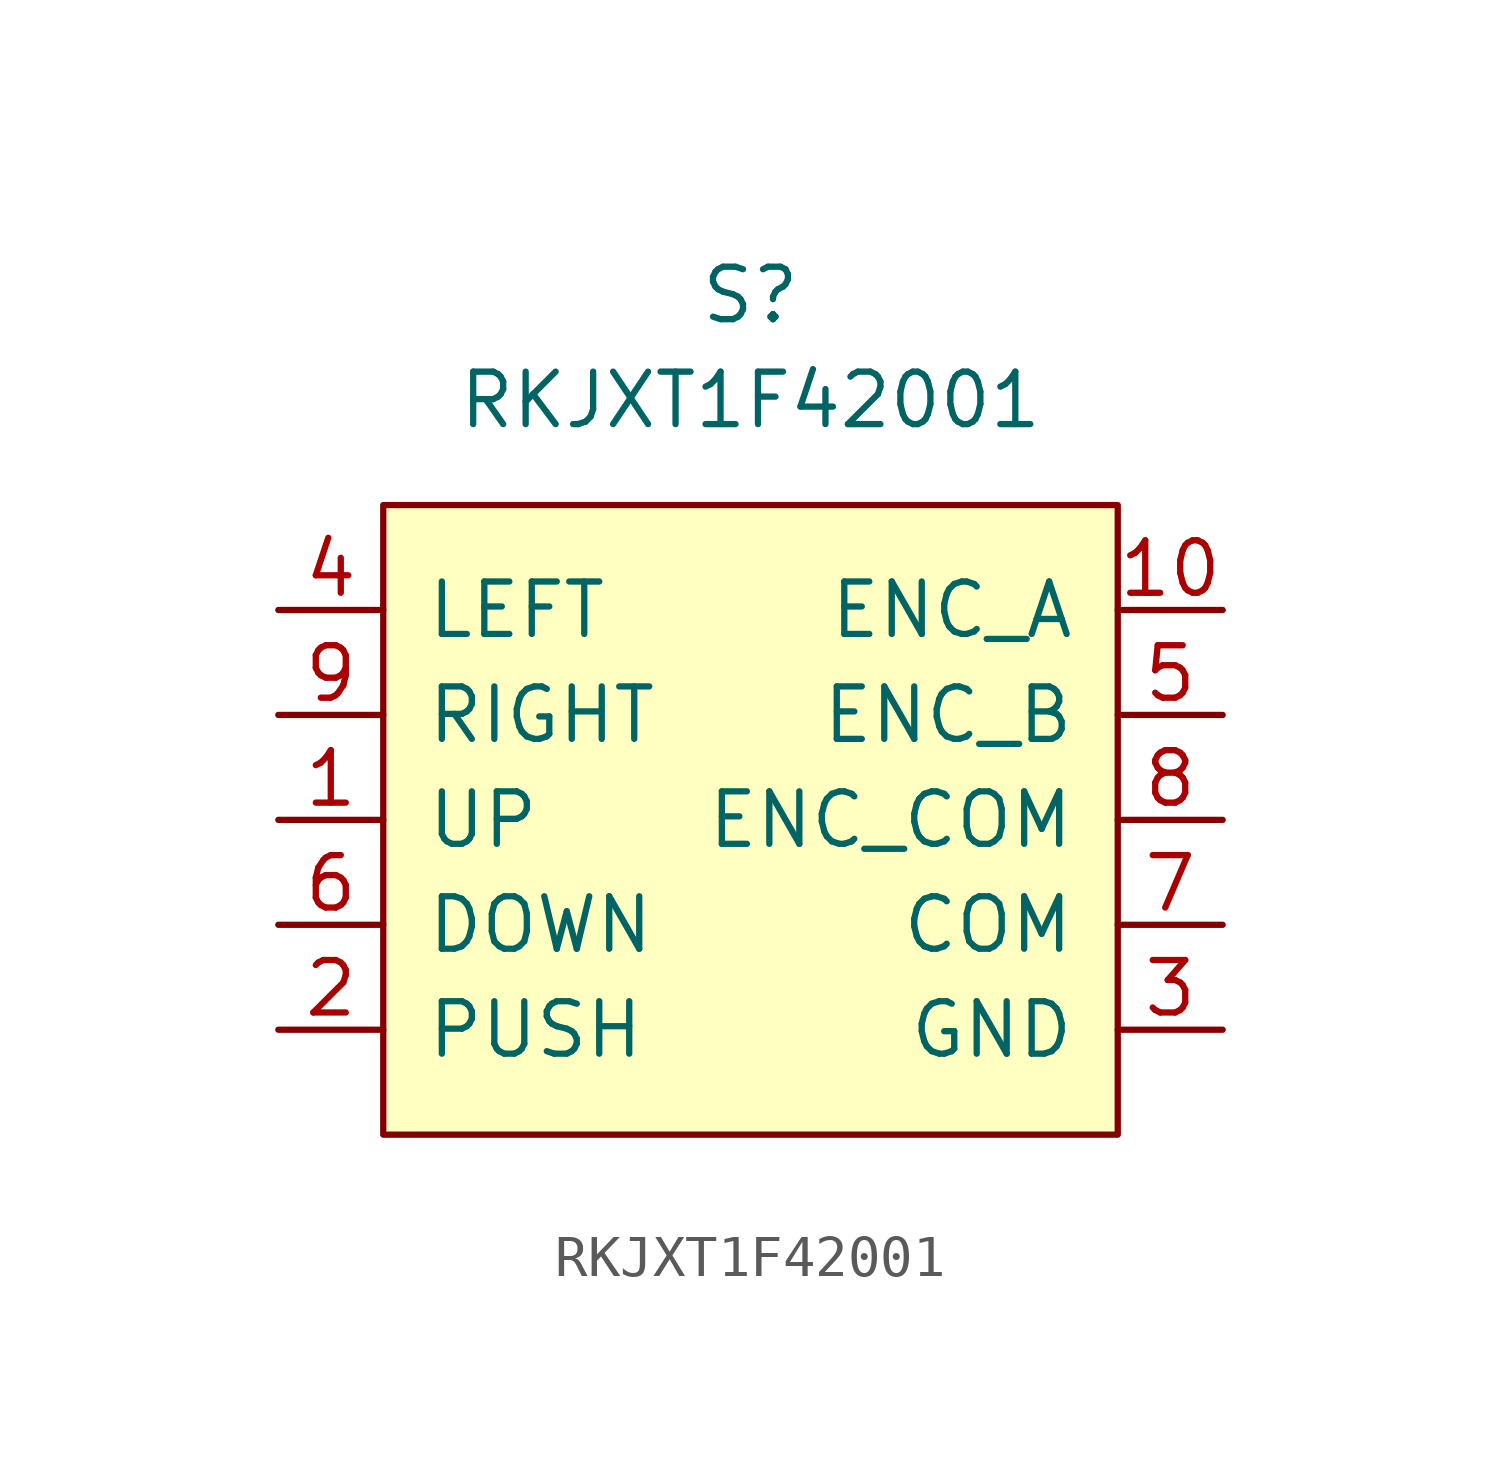
<source format=kicad_sym>
(kicad_symbol_lib
  (version 20220914)
  (generator kicad_symbol_editor)
  (symbol "RKJXT1F42001"
    (pin_names
      (offset 1.016))
    (property "Reference" "S"
      (at 0 12.7 0)
      (effects (font (size 1.27 1.27))))
    (property "Value" "RKJXT1F42001"
      (at 0 10.16 0)
      (effects (font (size 1.27 1.27))))
    (symbol "RKJXT1F42001_0_1"
      (rectangle (start -8.89 7.62) (end 8.89 -7.62) (stroke (width 0) (type solid)) (fill (type background))))
    (symbol "RKJXT1F42001_1_1"
      (pin passive line (at -11.43 0 0) (length 2.54) (name "UP" (effects (font (size 1.27 1.27)))) (number "1" (effects (font (size 1.27 1.27)))))
      (pin passive line (at 11.43 5.08 180) (length 2.54) (name "ENC_A" (effects (font (size 1.27 1.27)))) (number "10" (effects (font (size 1.27 1.27)))))
      (pin passive line (at -11.43 -5.08 0) (length 2.54) (name "PUSH" (effects (font (size 1.27 1.27)))) (number "2" (effects (font (size 1.27 1.27)))))
      (pin passive line (at 11.43 -5.08 180) (length 2.54) (name "GND" (effects (font (size 1.27 1.27)))) (number "3" (effects (font (size 1.27 1.27)))))
      (pin passive line (at -11.43 5.08 0) (length 2.54) (name "LEFT" (effects (font (size 1.27 1.27)))) (number "4" (effects (font (size 1.27 1.27)))))
      (pin passive line (at 11.43 2.54 180) (length 2.54) (name "ENC_B" (effects (font (size 1.27 1.27)))) (number "5" (effects (font (size 1.27 1.27)))))
      (pin passive line (at -11.43 -2.54 0) (length 2.54) (name "DOWN" (effects (font (size 1.27 1.27)))) (number "6" (effects (font (size 1.27 1.27)))))
      (pin passive line (at 11.43 -2.54 180) (length 2.54) (name "COM" (effects (font (size 1.27 1.27)))) (number "7" (effects (font (size 1.27 1.27)))))
      (pin passive line (at 11.43 0 180) (length 2.54) (name "ENC_COM" (effects (font (size 1.27 1.27)))) (number "8" (effects (font (size 1.27 1.27)))))
      (pin passive line (at -11.43 2.54 0) (length 2.54) (name "RIGHT" (effects (font (size 1.27 1.27)))) (number "9" (effects (font (size 1.27 1.27))))))))
</source>
